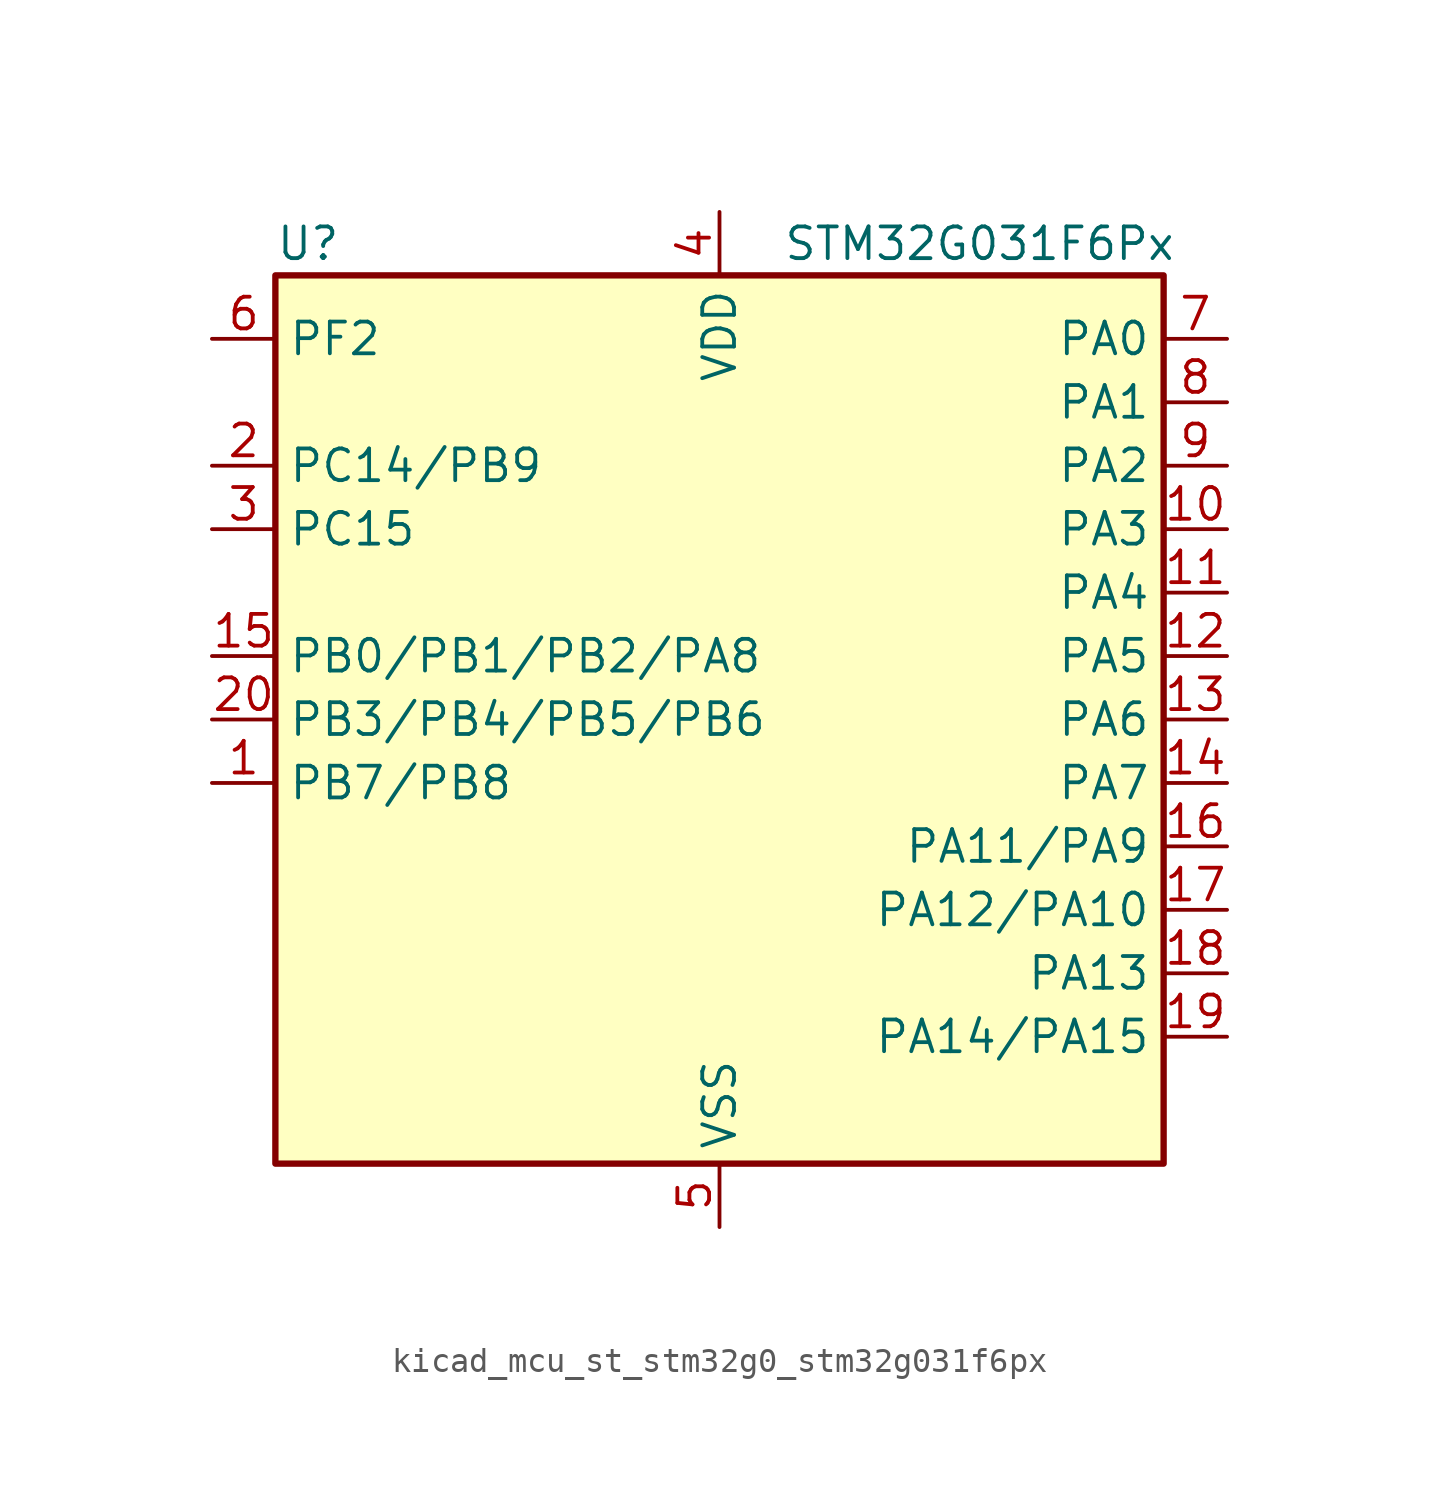
<source format=kicad_sym>
(kicad_symbol_lib
  (version 20220914)
  (generator kicad_symbol_editor)
  (symbol "kicad_mcu_st_stm32g0_stm32g031f6px"
    (property "Reference" "U"
      (at -17.78 19.05 0)
      (effects (font (size 1.27 1.27)) (justify left)))
    (property "Value" "STM32G031F6Px"
      (at 2.54 19.05 0)
      (effects (font (size 1.27 1.27)) (justify left)))
    (property "ki_locked" ""
      (at 0 0 0)
      (effects (font (size 1.27 1.27))))
    (symbol "kicad_mcu_st_stm32g0_stm32g031f6px_0_1"
      (rectangle (start -17.78 -17.78) (end 17.78 17.78) (stroke (width 0.254) (type default)) (fill (type background))))
    (symbol "kicad_mcu_st_stm32g0_stm32g031f6px_1_1"
      (pin bidirectional line (at -20.32 -2.54 0) (length 2.54) (name "PB7/PB8" (effects (font (size 1.27 1.27)))) (number "1" (effects (font (size 1.27 1.27)))) (alternate "ADC1_IN11" bidirectional line) (alternate "I2C1_SDA" bidirectional line) (alternate "LPTIM1_IN2" bidirectional line) (alternate "SPI2_MOSI" bidirectional line) (alternate "SYS_PVD_IN" bidirectional line) (alternate "TIM17_CH1N" bidirectional line) (alternate "USART1_RX" bidirectional line))
      (pin bidirectional line (at 20.32 7.62 180) (length 2.54) (name "PA3" (effects (font (size 1.27 1.27)))) (number "10" (effects (font (size 1.27 1.27)))) (alternate "ADC1_IN3" bidirectional line) (alternate "LPUART1_RX" bidirectional line) (alternate "SPI2_MISO" bidirectional line) (alternate "TIM2_CH4" bidirectional line) (alternate "USART2_RX" bidirectional line))
      (pin bidirectional line (at 20.32 5.08 180) (length 2.54) (name "PA4" (effects (font (size 1.27 1.27)))) (number "11" (effects (font (size 1.27 1.27)))) (alternate "ADC1_IN4" bidirectional line) (alternate "I2S1_WS" bidirectional line) (alternate "LPTIM2_OUT" bidirectional line) (alternate "RTC_OUT_ALARM" bidirectional line) (alternate "RTC_OUT_CALIB" bidirectional line) (alternate "RTC_TAMP_IN1" bidirectional line) (alternate "RTC_TS" bidirectional line) (alternate "SPI1_NSS" bidirectional line) (alternate "SPI2_MOSI" bidirectional line) (alternate "SYS_WKUP2" bidirectional line) (alternate "TIM14_CH1" bidirectional line))
      (pin bidirectional line (at 20.32 2.54 180) (length 2.54) (name "PA5" (effects (font (size 1.27 1.27)))) (number "12" (effects (font (size 1.27 1.27)))) (alternate "ADC1_IN5" bidirectional line) (alternate "I2S1_CK" bidirectional line) (alternate "LPTIM2_ETR" bidirectional line) (alternate "SPI1_SCK" bidirectional line) (alternate "TIM2_CH1" bidirectional line) (alternate "TIM2_ETR" bidirectional line))
      (pin bidirectional line (at 20.32 0 180) (length 2.54) (name "PA6" (effects (font (size 1.27 1.27)))) (number "13" (effects (font (size 1.27 1.27)))) (alternate "ADC1_IN6" bidirectional line) (alternate "I2S1_MCK" bidirectional line) (alternate "LPUART1_CTS" bidirectional line) (alternate "SPI1_MISO" bidirectional line) (alternate "TIM16_CH1" bidirectional line) (alternate "TIM1_BK" bidirectional line) (alternate "TIM3_CH1" bidirectional line))
      (pin bidirectional line (at 20.32 -2.54 180) (length 2.54) (name "PA7" (effects (font (size 1.27 1.27)))) (number "14" (effects (font (size 1.27 1.27)))) (alternate "ADC1_IN7" bidirectional line) (alternate "I2S1_SD" bidirectional line) (alternate "SPI1_MOSI" bidirectional line) (alternate "TIM14_CH1" bidirectional line) (alternate "TIM17_CH1" bidirectional line) (alternate "TIM1_CH1N" bidirectional line) (alternate "TIM3_CH2" bidirectional line))
      (pin bidirectional line (at -20.32 2.54 0) (length 2.54) (name "PB0/PB1/PB2/PA8" (effects (font (size 1.27 1.27)))) (number "15" (effects (font (size 1.27 1.27)))) (alternate "ADC1_IN8" bidirectional line) (alternate "I2S1_WS" bidirectional line) (alternate "LPTIM1_OUT" bidirectional line) (alternate "SPI1_NSS" bidirectional line) (alternate "TIM1_CH2N" bidirectional line) (alternate "TIM3_CH3" bidirectional line))
      (pin bidirectional line (at 20.32 -5.08 180) (length 2.54) (name "PA11/PA9" (effects (font (size 1.27 1.27)))) (number "16" (effects (font (size 1.27 1.27)))) (alternate "ADC1_EXTI11" bidirectional line) (alternate "ADC1_IN15" bidirectional line) (alternate "I2C2_SCL" bidirectional line) (alternate "I2S1_MCK" bidirectional line) (alternate "SPI1_MISO" bidirectional line) (alternate "TIM1_BK2" bidirectional line) (alternate "TIM1_CH4" bidirectional line) (alternate "USART1_CTS" bidirectional line) (alternate "USART1_NSS" bidirectional line))
      (pin bidirectional line (at 20.32 -7.62 180) (length 2.54) (name "PA12/PA10" (effects (font (size 1.27 1.27)))) (number "17" (effects (font (size 1.27 1.27)))) (alternate "ADC1_IN16" bidirectional line) (alternate "I2C2_SDA" bidirectional line) (alternate "I2S1_SD" bidirectional line) (alternate "I2S_CKIN" bidirectional line) (alternate "SPI1_MOSI" bidirectional line) (alternate "TIM1_ETR" bidirectional line) (alternate "USART1_CK" bidirectional line) (alternate "USART1_DE" bidirectional line) (alternate "USART1_RTS" bidirectional line))
      (pin bidirectional line (at 20.32 -10.16 180) (length 2.54) (name "PA13" (effects (font (size 1.27 1.27)))) (number "18" (effects (font (size 1.27 1.27)))) (alternate "ADC1_IN17" bidirectional line) (alternate "IR_OUT" bidirectional line) (alternate "SYS_SWDIO" bidirectional line))
      (pin bidirectional line (at 20.32 -12.7 180) (length 2.54) (name "PA14/PA15" (effects (font (size 1.27 1.27)))) (number "19" (effects (font (size 1.27 1.27)))) (alternate "ADC1_IN18" bidirectional line) (alternate "SYS_SWCLK" bidirectional line) (alternate "USART2_TX" bidirectional line))
      (pin bidirectional line (at -20.32 10.16 0) (length 2.54) (name "PC14/PB9" (effects (font (size 1.27 1.27)))) (number "2" (effects (font (size 1.27 1.27)))) (alternate "RCC_OSC32_IN" bidirectional line) (alternate "RCC_OSC_IN" bidirectional line) (alternate "TIM1_BK2" bidirectional line))
      (pin bidirectional line (at -20.32 0 0) (length 2.54) (name "PB3/PB4/PB5/PB6" (effects (font (size 1.27 1.27)))) (number "20" (effects (font (size 1.27 1.27)))) (alternate "I2S1_CK" bidirectional line) (alternate "SPI1_SCK" bidirectional line) (alternate "TIM1_CH2" bidirectional line) (alternate "TIM2_CH2" bidirectional line) (alternate "USART1_CK" bidirectional line) (alternate "USART1_DE" bidirectional line) (alternate "USART1_RTS" bidirectional line))
      (pin bidirectional line (at -20.32 7.62 0) (length 2.54) (name "PC15" (effects (font (size 1.27 1.27)))) (number "3" (effects (font (size 1.27 1.27)))) (alternate "RCC_OSC32_EN" bidirectional line) (alternate "RCC_OSC32_OUT" bidirectional line) (alternate "RCC_OSC_EN" bidirectional line))
      (pin power_in line (at 0 20.32 270) (length 2.54) (name "VDD" (effects (font (size 1.27 1.27)))) (number "4" (effects (font (size 1.27 1.27)))))
      (pin power_in line (at 0 -20.32 90) (length 2.54) (name "VSS" (effects (font (size 1.27 1.27)))) (number "5" (effects (font (size 1.27 1.27)))))
      (pin bidirectional line (at -20.32 15.24 0) (length 2.54) (name "PF2" (effects (font (size 1.27 1.27)))) (number "6" (effects (font (size 1.27 1.27)))) (alternate "RCC_MCO" bidirectional line))
      (pin bidirectional line (at 20.32 15.24 180) (length 2.54) (name "PA0" (effects (font (size 1.27 1.27)))) (number "7" (effects (font (size 1.27 1.27)))) (alternate "ADC1_IN0" bidirectional line) (alternate "LPTIM1_OUT" bidirectional line) (alternate "RTC_TAMP_IN2" bidirectional line) (alternate "SPI2_SCK" bidirectional line) (alternate "SYS_WKUP1" bidirectional line) (alternate "TIM2_CH1" bidirectional line) (alternate "TIM2_ETR" bidirectional line) (alternate "USART2_CTS" bidirectional line) (alternate "USART2_NSS" bidirectional line))
      (pin bidirectional line (at 20.32 12.7 180) (length 2.54) (name "PA1" (effects (font (size 1.27 1.27)))) (number "8" (effects (font (size 1.27 1.27)))) (alternate "ADC1_IN1" bidirectional line) (alternate "I2C1_SMBA" bidirectional line) (alternate "I2S1_CK" bidirectional line) (alternate "SPI1_SCK" bidirectional line) (alternate "TIM2_CH2" bidirectional line) (alternate "USART2_CK" bidirectional line) (alternate "USART2_DE" bidirectional line) (alternate "USART2_RTS" bidirectional line))
      (pin bidirectional line (at 20.32 10.16 180) (length 2.54) (name "PA2" (effects (font (size 1.27 1.27)))) (number "9" (effects (font (size 1.27 1.27)))) (alternate "ADC1_IN2" bidirectional line) (alternate "I2S1_SD" bidirectional line) (alternate "LPUART1_TX" bidirectional line) (alternate "RCC_LSCO" bidirectional line) (alternate "SPI1_MOSI" bidirectional line) (alternate "SYS_WKUP4" bidirectional line) (alternate "TIM2_CH3" bidirectional line) (alternate "USART2_TX" bidirectional line)))))
</source>
